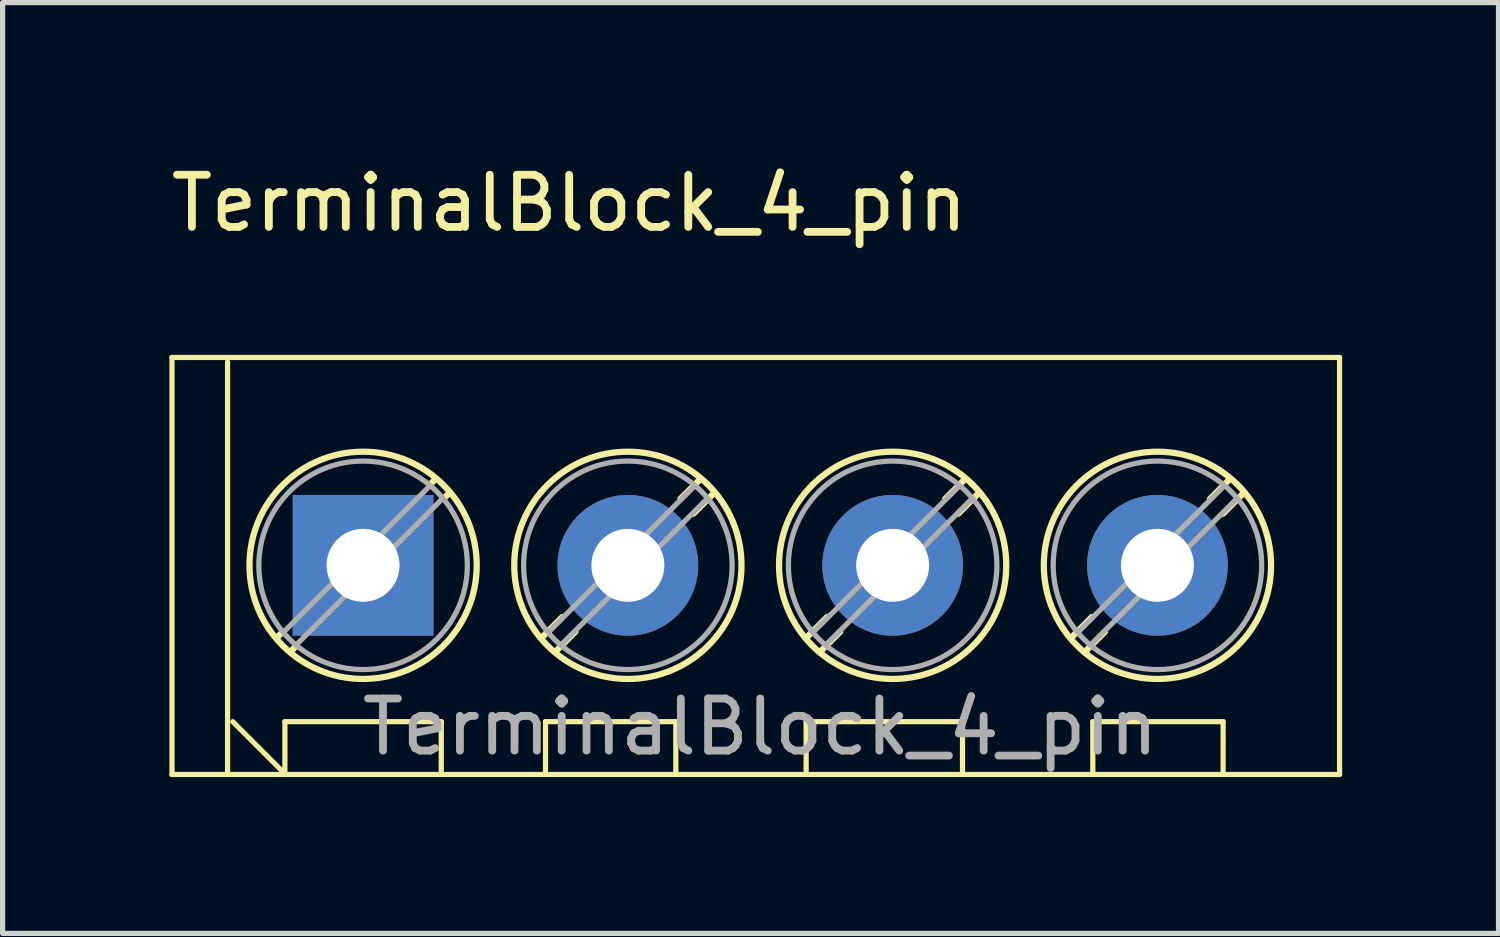
<source format=kicad_pcb>
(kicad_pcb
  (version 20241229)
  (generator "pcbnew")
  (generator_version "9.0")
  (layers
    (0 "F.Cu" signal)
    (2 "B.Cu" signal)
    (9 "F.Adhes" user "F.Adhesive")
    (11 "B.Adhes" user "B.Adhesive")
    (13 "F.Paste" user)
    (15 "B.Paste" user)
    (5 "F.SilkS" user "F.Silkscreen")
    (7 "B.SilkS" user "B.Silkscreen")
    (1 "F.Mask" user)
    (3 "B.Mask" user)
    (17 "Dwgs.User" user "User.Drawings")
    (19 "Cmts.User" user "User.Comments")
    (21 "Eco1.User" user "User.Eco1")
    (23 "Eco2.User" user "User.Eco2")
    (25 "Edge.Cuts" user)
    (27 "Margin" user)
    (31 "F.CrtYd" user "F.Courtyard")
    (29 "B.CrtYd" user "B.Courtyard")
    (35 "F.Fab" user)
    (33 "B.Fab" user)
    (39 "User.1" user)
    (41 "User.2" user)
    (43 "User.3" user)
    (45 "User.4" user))
  (footprint "TerminalBlock_4_pin"
    (layer "F.Cu")
    (at 0.25 7.808)
    (property "Reference" "TerminalBlock_4_pin" (at 7.62 -6.96 0) (layer "F.SilkS") (effects (font (size 1 1) (thickness 0.15))))
    (attr through_hole)
    (fp_line (start 0 -4) (end 22.4 -4) (stroke (width 0.1) (type default)) (layer "F.SilkS"))
    (fp_line (start 0 4) (end 0 -4) (stroke (width 0.1) (type default)) (layer "F.SilkS"))
    (fp_line (start 1.066 -3.912) (end 1.066 3.988) (stroke (width 0.1) (type default)) (layer "F.SilkS"))
    (fp_line (start 1.166 2.988) (end 2.166 3.988) (stroke (width 0.1) (type default)) (layer "F.SilkS"))
    (fp_line (start 2.118 1.269) (end 2.012 1.376) (stroke (width 0.12) (type solid)) (layer "F.SilkS"))
    (fp_line (start 2.166 2.988) (end 5.166 2.988) (stroke (width 0.1) (type default)) (layer "F.SilkS"))
    (fp_line (start 2.166 3.988) (end 2.166 2.988) (stroke (width 0.1) (type default)) (layer "F.SilkS"))
    (fp_line (start 2.384 1.535) (end 2.278 1.642) (stroke (width 0.12) (type solid)) (layer "F.SilkS"))
    (fp_line (start 5.054 -1.666) (end 4.947 -1.559) (stroke (width 0.12) (type solid)) (layer "F.SilkS"))
    (fp_line (start 5.166 2.988) (end 5.166 3.988) (stroke (width 0.1) (type default)) (layer "F.SilkS"))
    (fp_line (start 5.32 -1.4) (end 5.213 -1.293) (stroke (width 0.12) (type solid)) (layer "F.SilkS"))
    (fp_line (start 7.166 2.988) (end 9.666 2.988) (stroke (width 0.1) (type default)) (layer "F.SilkS"))
    (fp_line (start 7.166 3.988) (end 7.166 2.988) (stroke (width 0.1) (type default)) (layer "F.SilkS"))
    (fp_line (start 7.488 0.98) (end 7.093 1.376) (stroke (width 0.12) (type solid)) (layer "F.SilkS"))
    (fp_line (start 7.739 1.262) (end 7.359 1.642) (stroke (width 0.12) (type solid)) (layer "F.SilkS"))
    (fp_line (start 9.666 2.988) (end 9.666 3.988) (stroke (width 0.1) (type default)) (layer "F.SilkS"))
    (fp_line (start 10.134 -1.666) (end 9.754 -1.286) (stroke (width 0.12) (type solid)) (layer "F.SilkS"))
    (fp_line (start 10.4 -1.4) (end 10.005 -1.004) (stroke (width 0.12) (type solid)) (layer "F.SilkS"))
    (fp_line (start 12.166 2.988) (end 15.166 2.988) (stroke (width 0.1) (type default)) (layer "F.SilkS"))
    (fp_line (start 12.166 3.988) (end 12.166 2.988) (stroke (width 0.1) (type default)) (layer "F.SilkS"))
    (fp_line (start 12.568 0.98) (end 12.173 1.376) (stroke (width 0.12) (type solid)) (layer "F.SilkS"))
    (fp_line (start 12.819 1.262) (end 12.439 1.642) (stroke (width 0.12) (type solid)) (layer "F.SilkS"))
    (fp_line (start 15.166 2.988) (end 15.166 3.988) (stroke (width 0.1) (type default)) (layer "F.SilkS"))
    (fp_line (start 15.214 -1.666) (end 14.834 -1.286) (stroke (width 0.12) (type solid)) (layer "F.SilkS"))
    (fp_line (start 15.48 -1.4) (end 15.085 -1.004) (stroke (width 0.12) (type solid)) (layer "F.SilkS"))
    (fp_line (start 17.648 0.98) (end 17.253 1.376) (stroke (width 0.12) (type solid)) (layer "F.SilkS"))
    (fp_line (start 17.666 2.988) (end 20.166 2.988) (stroke (width 0.1) (type default)) (layer "F.SilkS"))
    (fp_line (start 17.666 3.988) (end 17.666 2.988) (stroke (width 0.1) (type default)) (layer "F.SilkS"))
    (fp_line (start 17.899 1.262) (end 17.519 1.642) (stroke (width 0.12) (type solid)) (layer "F.SilkS"))
    (fp_line (start 20.166 2.988) (end 20.166 3.988) (stroke (width 0.1) (type default)) (layer "F.SilkS"))
    (fp_line (start 20.294 -1.666) (end 19.914 -1.286) (stroke (width 0.12) (type solid)) (layer "F.SilkS"))
    (fp_line (start 20.56 -1.4) (end 20.165 -1.004) (stroke (width 0.12) (type solid)) (layer "F.SilkS"))
    (fp_line (start 22.4 -4) (end 22.4 4) (stroke (width 0.1) (type default)) (layer "F.SilkS"))
    (fp_line (start 22.4 4) (end 0 4) (stroke (width 0.1) (type default)) (layer "F.SilkS"))
    (fp_circle (center 3.666 -0.012) (end 5.846 -0.012) (stroke (width 0.12) (type solid)) (fill no) (layer "F.SilkS"))
    (fp_circle (center 8.746 -0.012) (end 10.926 -0.012) (stroke (width 0.12) (type solid)) (fill no) (layer "F.SilkS"))
    (fp_circle (center 13.826 -0.012) (end 16.006 -0.012) (stroke (width 0.12) (type solid)) (fill no) (layer "F.SilkS"))
    (fp_circle (center 18.906 -0.012) (end 21.086 -0.012) (stroke (width 0.12) (type solid)) (fill no) (layer "F.SilkS"))
    (fp_line (start 4.939 -1.529) (end 2.149 1.261) (stroke (width 0.1) (type solid)) (layer "F.Fab"))
    (fp_line (start 5.183 -1.285) (end 2.393 1.505) (stroke (width 0.1) (type solid)) (layer "F.Fab"))
    (fp_line (start 10.019 -1.529) (end 7.23 1.261) (stroke (width 0.1) (type solid)) (layer "F.Fab"))
    (fp_line (start 10.263 -1.285) (end 7.474 1.505) (stroke (width 0.1) (type solid)) (layer "F.Fab"))
    (fp_line (start 15.099 -1.529) (end 12.31 1.261) (stroke (width 0.1) (type solid)) (layer "F.Fab"))
    (fp_line (start 15.343 -1.285) (end 12.554 1.505) (stroke (width 0.1) (type solid)) (layer "F.Fab"))
    (fp_line (start 20.179 -1.529) (end 17.39 1.261) (stroke (width 0.1) (type solid)) (layer "F.Fab"))
    (fp_line (start 20.423 -1.285) (end 17.634 1.505) (stroke (width 0.1) (type solid)) (layer "F.Fab"))
    (fp_circle (center 3.666 -0.012) (end 5.666 -0.012) (stroke (width 0.1) (type solid)) (fill no) (layer "F.Fab"))
    (fp_circle (center 8.746 -0.012) (end 10.746 -0.012) (stroke (width 0.1) (type solid)) (fill no) (layer "F.Fab"))
    (fp_circle (center 13.826 -0.012) (end 15.826 -0.012) (stroke (width 0.1) (type solid)) (fill no) (layer "F.Fab"))
    (fp_circle (center 18.906 -0.012) (end 20.906 -0.012) (stroke (width 0.1) (type solid)) (fill no) (layer "F.Fab"))
    (fp_text user "${REFERENCE}" (at 11.286 3.088 0) (layer "F.Fab") (effects (font (size 1 1) (thickness 0.15))))
    (pad "1" thru_hole rect (at 3.666 -0.012) (size 2.7 2.7) (drill 1.4) (layers "*.Cu" "*.Mask"))
    (pad "2" thru_hole circle (at 8.746 -0.012) (size 2.7 2.7) (drill 1.4) (layers "*.Cu" "*.Mask"))
    (pad "3" thru_hole circle (at 13.826 -0.012) (size 2.7 2.7) (drill 1.4) (layers "*.Cu" "*.Mask"))
    (pad "4" thru_hole circle (at 18.906 -0.012) (size 2.7 2.7) (drill 1.4) (layers "*.Cu" "*.Mask")))
  (gr_rect
    (start -3 -3)
    (end 25.7 14.858)
    (stroke (width 0.1) (type default))
    (fill no)
    (layer "Edge.Cuts")))
</source>
